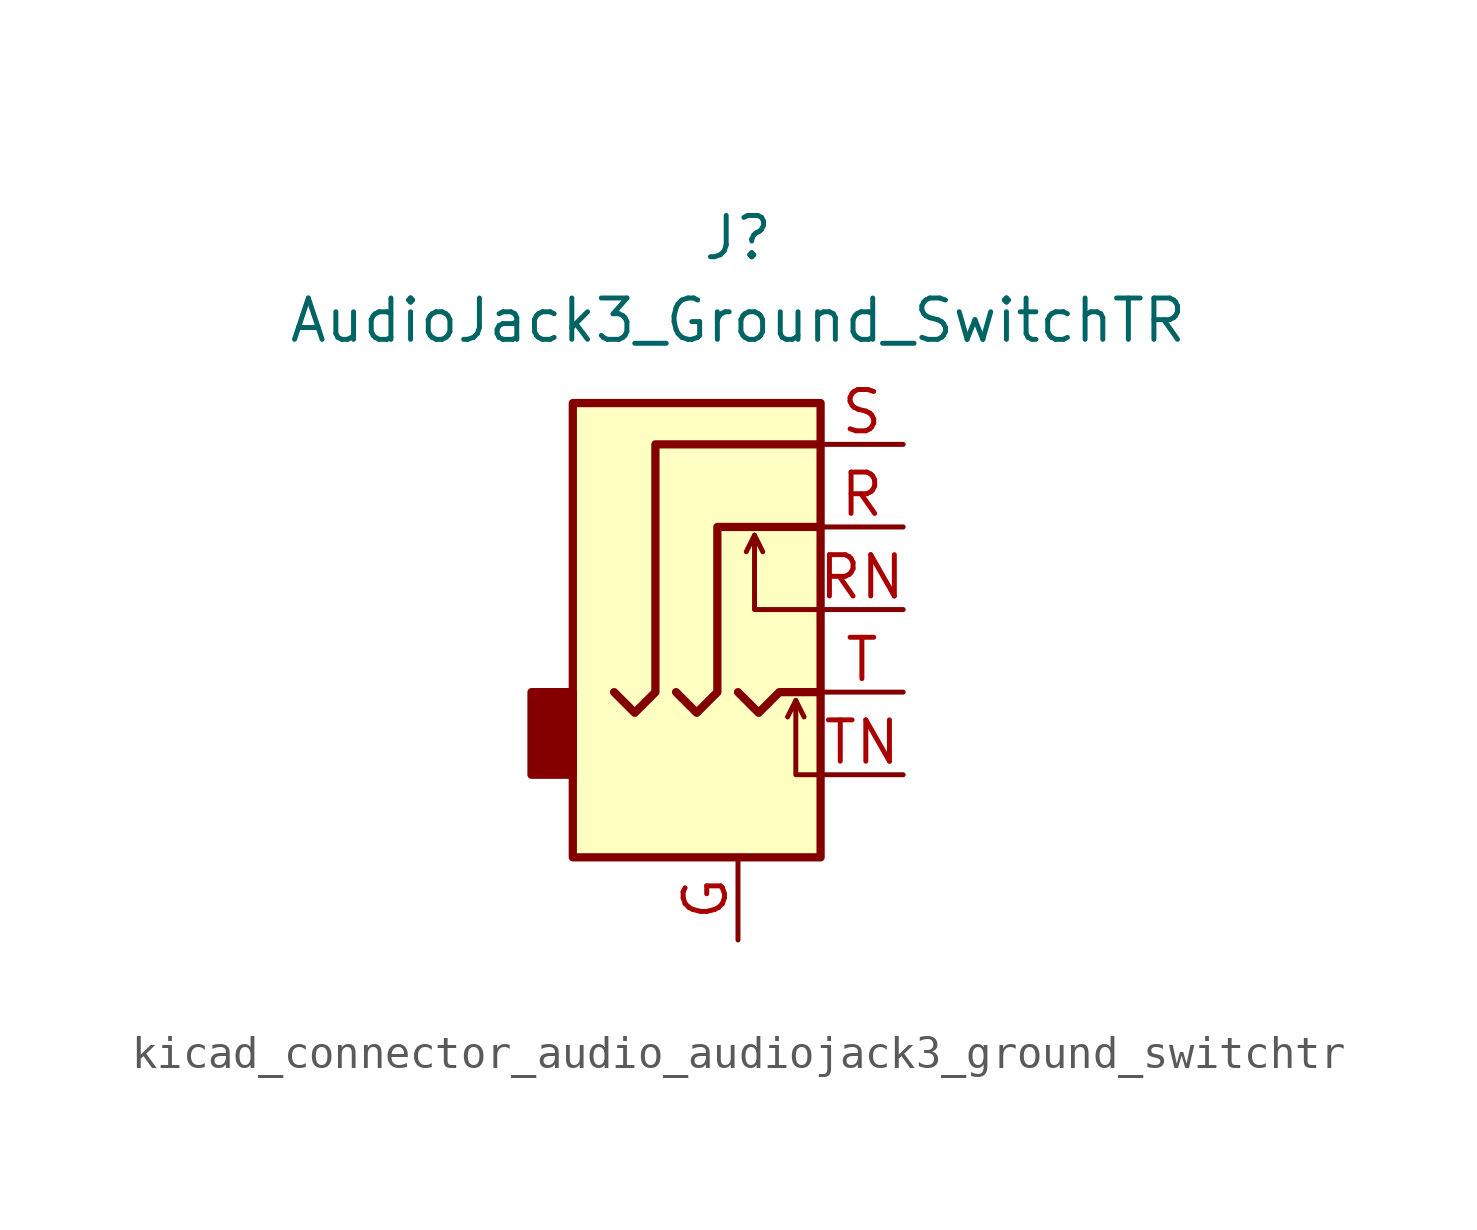
<source format=kicad_sym>
(kicad_symbol_lib
  (version 20220914)
  (generator kicad_symbol_editor)
  (symbol "kicad_connector_audio_audiojack3_ground_switchtr"
    (property "Reference" "J"
      (at 0 8.89 0)
      (effects (font (size 1.27 1.27))))
    (property "Value" "AudioJack3_Ground_SwitchTR"
      (at 0 6.35 0)
      (effects (font (size 1.27 1.27))))
    (symbol "kicad_connector_audio_audiojack3_ground_switchtr_0_1"
      (rectangle (start -5.08 -5.08) (end -6.35 -7.62) (stroke (width 0.254) (type default)) (fill (type outline)))
      (polyline (pts (xy 0.508 -0.254) (xy 0.762 -0.762)) (stroke (width 0) (type default)) (fill (type none)))
      (polyline (pts (xy 1.778 -5.334) (xy 2.032 -5.842)) (stroke (width 0) (type default)) (fill (type none)))
      (polyline (pts (xy 0 -5.08) (xy 0.635 -5.715) (xy 1.27 -5.08) (xy 2.54 -5.08)) (stroke (width 0.254) (type default)) (fill (type none)))
      (polyline (pts (xy 2.54 -7.62) (xy 1.778 -7.62) (xy 1.778 -5.334) (xy 1.524 -5.842)) (stroke (width 0) (type default)) (fill (type none)))
      (polyline (pts (xy 2.54 -2.54) (xy 0.508 -2.54) (xy 0.508 -0.254) (xy 0.254 -0.762)) (stroke (width 0) (type default)) (fill (type none)))
      (polyline (pts (xy -1.905 -5.08) (xy -1.27 -5.715) (xy -0.635 -5.08) (xy -0.635 0) (xy 2.54 0)) (stroke (width 0.254) (type default)) (fill (type none)))
      (polyline (pts (xy 2.54 2.54) (xy -2.54 2.54) (xy -2.54 -5.08) (xy -3.175 -5.715) (xy -3.81 -5.08)) (stroke (width 0.254) (type default)) (fill (type none)))
      (rectangle (start 2.54 3.81) (end -5.08 -10.16) (stroke (width 0.254) (type default)) (fill (type background))))
    (symbol "kicad_connector_audio_audiojack3_ground_switchtr_1_1"
      (pin passive line (at 0 -12.7 90) (length 2.54) (name "~" (effects (font (size 1.27 1.27)))) (number "G" (effects (font (size 1.27 1.27)))))
      (pin passive line (at 5.08 0 180) (length 2.54) (name "~" (effects (font (size 1.27 1.27)))) (number "R" (effects (font (size 1.27 1.27)))))
      (pin passive line (at 5.08 -2.54 180) (length 2.54) (name "~" (effects (font (size 1.27 1.27)))) (number "RN" (effects (font (size 1.27 1.27)))))
      (pin passive line (at 5.08 2.54 180) (length 2.54) (name "~" (effects (font (size 1.27 1.27)))) (number "S" (effects (font (size 1.27 1.27)))))
      (pin passive line (at 5.08 -5.08 180) (length 2.54) (name "~" (effects (font (size 1.27 1.27)))) (number "T" (effects (font (size 1.27 1.27)))))
      (pin passive line (at 5.08 -7.62 180) (length 2.54) (name "~" (effects (font (size 1.27 1.27)))) (number "TN" (effects (font (size 1.27 1.27))))))))
</source>
